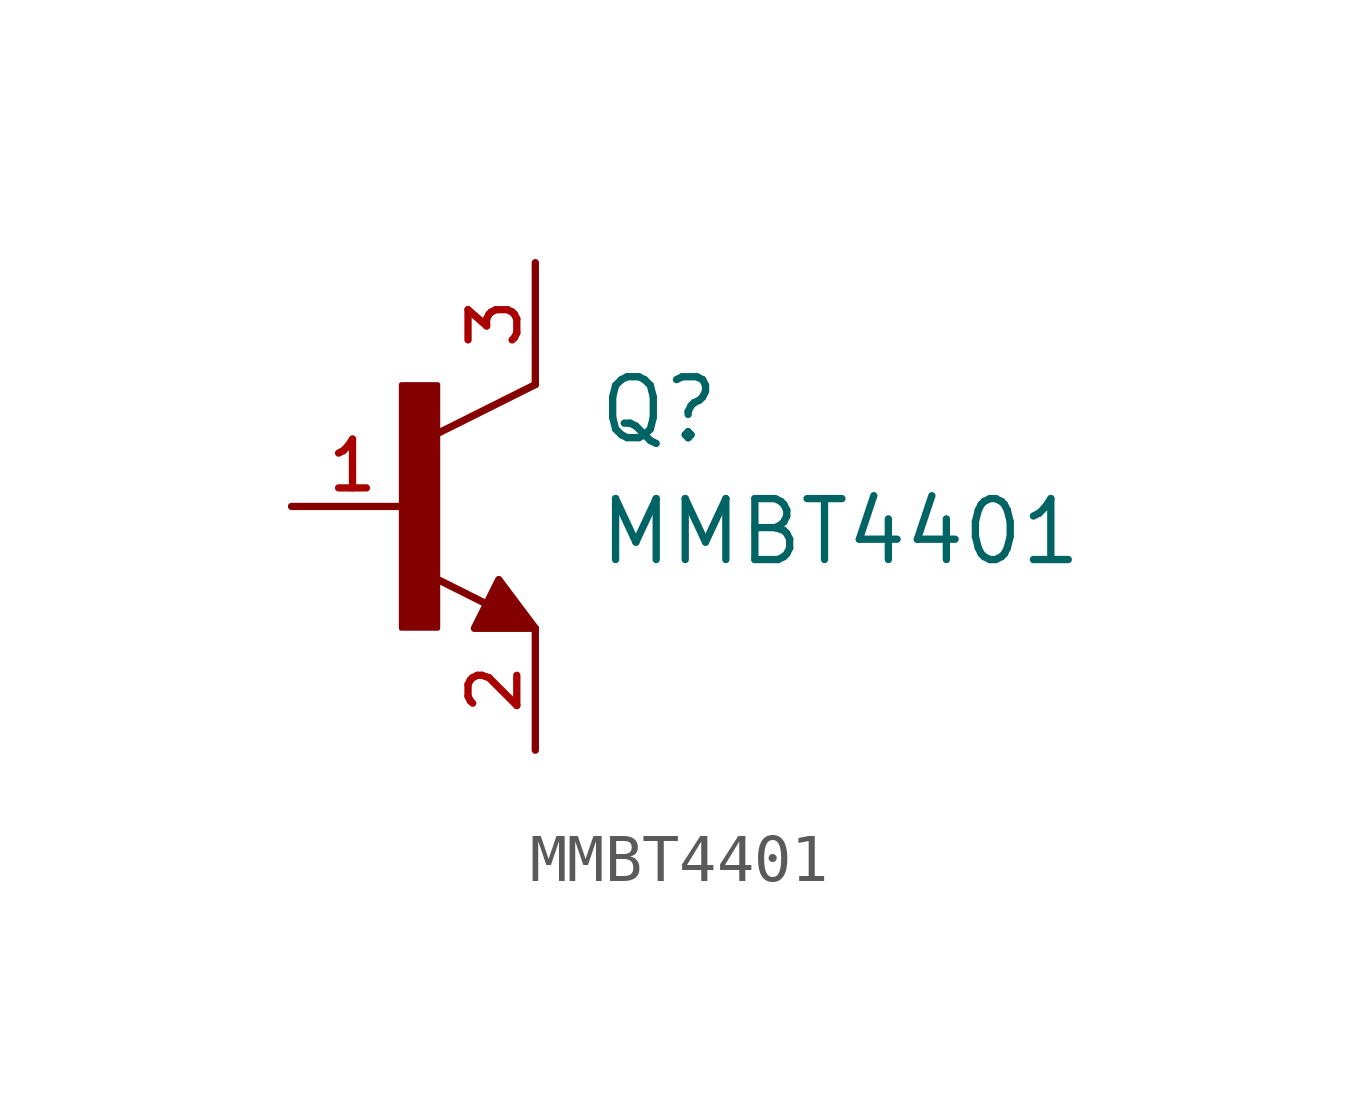
<source format=kicad_sym>
(kicad_symbol_lib
  (version 20241209)
  (generator "kicad_symbol_editor")
  (generator_version "9.0")
  (symbol "MMBT4401"
    (pin_names
      (offset 1.016))
    (property "Reference" "Q"
      (at 3.81 1.27 0)
      (effects (font (size 1.27 1.27)) (justify left bottom)))
    (property "Value" "MMBT4401"
      (at 3.81 -1.27 0)
      (effects (font (size 1.27 1.27)) (justify left bottom)))
    (symbol "MMBT4401_0_0"
      (rectangle (start -0.254 -2.54) (end 0.508 2.54) (stroke (width 0.1) (type default)) (fill (type outline)))
      (polyline (pts (xy 1.27 -2.54) (xy 1.778 -1.524) (xy 2.54 -2.54) (xy 1.27 -2.54)) (stroke (width 0.152) (type default)) (fill (type outline)))
      (polyline (pts (xy 1.54 -2.04) (xy 0.308 -1.424)) (stroke (width 0.152) (type default)) (fill (type none)))
      (polyline (pts (xy 2.54 2.54) (xy 0.508 1.524)) (stroke (width 0.152) (type default)) (fill (type none)))
      (pin passive line (at -2.54 0 0) (length 2.54) (name "~" (effects (font (size 1.016 1.016)))) (number "1" (effects (font (size 1.016 1.016)))))
      (pin passive line (at 2.54 5.08 270) (length 2.54) (name "~" (effects (font (size 1.016 1.016)))) (number "3" (effects (font (size 1.016 1.016)))))
      (pin passive line (at 2.54 -5.08 90) (length 2.54) (name "~" (effects (font (size 1.016 1.016)))) (number "2" (effects (font (size 1.016 1.016))))))))
</source>
